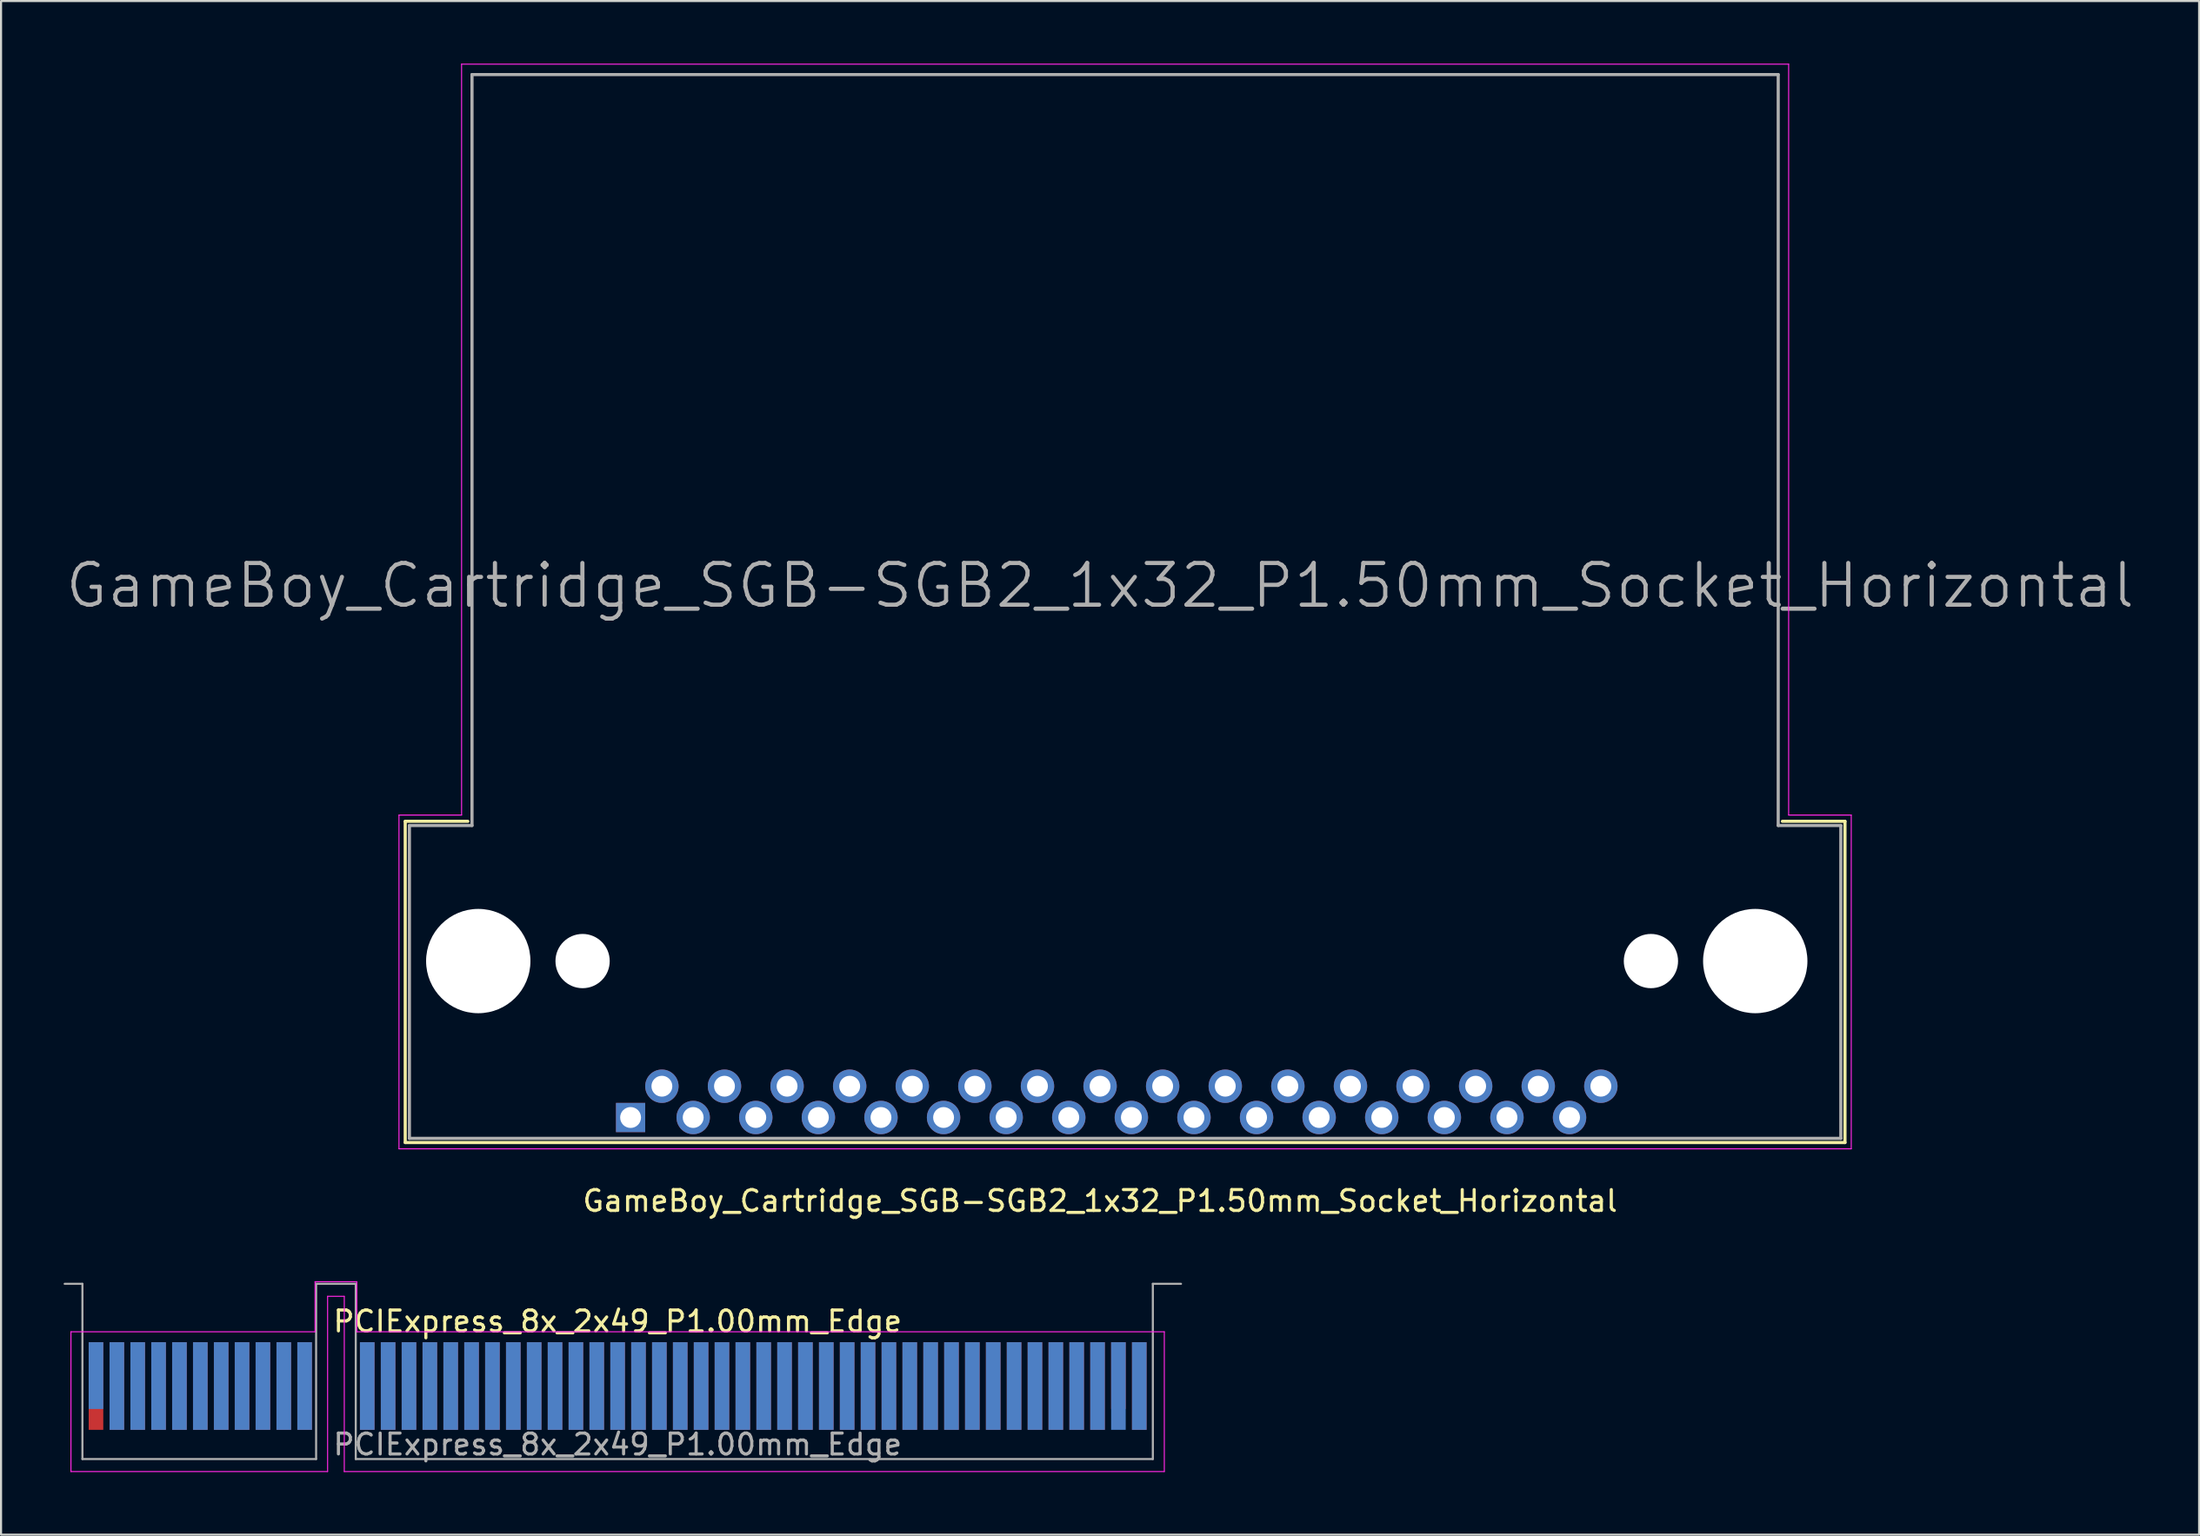
<source format=kicad_pcb>
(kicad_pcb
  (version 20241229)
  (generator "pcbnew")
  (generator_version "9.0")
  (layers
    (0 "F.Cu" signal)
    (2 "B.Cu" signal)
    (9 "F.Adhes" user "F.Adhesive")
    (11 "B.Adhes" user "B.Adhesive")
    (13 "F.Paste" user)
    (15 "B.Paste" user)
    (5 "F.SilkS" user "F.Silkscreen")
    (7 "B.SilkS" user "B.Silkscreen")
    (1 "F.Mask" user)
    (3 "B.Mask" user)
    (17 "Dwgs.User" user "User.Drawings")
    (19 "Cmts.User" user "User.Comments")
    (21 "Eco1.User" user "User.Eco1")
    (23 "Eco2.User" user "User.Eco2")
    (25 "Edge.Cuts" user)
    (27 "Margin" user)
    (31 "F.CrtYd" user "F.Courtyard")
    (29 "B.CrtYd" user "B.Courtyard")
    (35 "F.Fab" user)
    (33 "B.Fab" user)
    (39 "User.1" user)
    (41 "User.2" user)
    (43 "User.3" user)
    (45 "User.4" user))
  (footprint "GameBoy_Cartridge_SGB-SGB2_1x32_P1.50mm_Socket_Horizontal"
    (layer "F.Cu")
    (at 27.171 50.525)
    (property "Reference" "GameBoy_Cartridge_SGB-SGB2_1x32_P1.50mm_Socket_Horizontal" (at 22.5 4 0) (layer "F.SilkS") (effects (font (size 1 1) (thickness 0.15))))
    (attr through_hole)
    (fp_line (start -10.8 -14.2) (end -7.8 -14.2) (stroke (width 0.15) (type solid)) (layer "F.SilkS"))
    (fp_line (start -10.8 1.2) (end -10.8 -14.2) (stroke (width 0.15) (type solid)) (layer "F.SilkS"))
    (fp_line (start 55.2 -14.2) (end 58.2 -14.2) (stroke (width 0.15) (type solid)) (layer "F.SilkS"))
    (fp_line (start 58.2 -14.2) (end 58.2 1.2) (stroke (width 0.15) (type solid)) (layer "F.SilkS"))
    (fp_line (start 58.2 1.2) (end -10.8 1.2) (stroke (width 0.15) (type solid)) (layer "F.SilkS"))
    (fp_line (start -11.1 -14.5) (end -8.1 -14.5) (stroke (width 0.05) (type solid)) (layer "F.CrtYd"))
    (fp_line (start -11.1 1.5) (end -11.1 -14.5) (stroke (width 0.05) (type solid)) (layer "F.CrtYd"))
    (fp_line (start -8.1 -50.5) (end 55.5 -50.5) (stroke (width 0.05) (type solid)) (layer "F.CrtYd"))
    (fp_line (start -8.1 -14.5) (end -8.1 -50.5) (stroke (width 0.05) (type solid)) (layer "F.CrtYd"))
    (fp_line (start 55.5 -50.5) (end 55.5 -14.5) (stroke (width 0.05) (type solid)) (layer "F.CrtYd"))
    (fp_line (start 55.5 -14.5) (end 58.5 -14.5) (stroke (width 0.05) (type solid)) (layer "F.CrtYd"))
    (fp_line (start 58.5 -14.5) (end 58.5 1.5) (stroke (width 0.05) (type solid)) (layer "F.CrtYd"))
    (fp_line (start 58.5 1.5) (end -11.1 1.5) (stroke (width 0.05) (type solid)) (layer "F.CrtYd"))
    (fp_line (start -10.6 -14) (end -7.6 -14) (stroke (width 0.15) (type solid)) (layer "F.Fab"))
    (fp_line (start -10.6 1) (end -10.6 -14) (stroke (width 0.15) (type solid)) (layer "F.Fab"))
    (fp_line (start -10.6 1) (end 58 1) (stroke (width 0.15) (type solid)) (layer "F.Fab"))
    (fp_line (start -7.6 -50) (end 55 -50) (stroke (width 0.15) (type solid)) (layer "F.Fab"))
    (fp_line (start -7.6 -14) (end -7.6 -50) (stroke (width 0.15) (type solid)) (layer "F.Fab"))
    (fp_line (start 55 -14) (end 55 -50) (stroke (width 0.15) (type solid)) (layer "F.Fab"))
    (fp_line (start 55 -14) (end 58 -14) (stroke (width 0.15) (type solid)) (layer "F.Fab"))
    (fp_line (start 58 1) (end 58 -14) (stroke (width 0.15) (type solid)) (layer "F.Fab"))
    (fp_text user "${REFERENCE}" (at 22.5 -25.5 0) (layer "F.Fab") (effects (font (size 2 2) (thickness 0.2))))
    (pad "" np_thru_hole circle (at -7.3 -7.5) (size 5 5) (drill 5) (layers "*.Cu" "*.Mask"))
    (pad "" np_thru_hole circle (at -2.3 -7.5) (size 2.6 2.6) (drill 2.6) (layers "*.Cu" "*.Mask"))
    (pad "" np_thru_hole circle (at 48.9 -7.5) (size 2.6 2.6) (drill 2.6) (layers "*.Cu" "*.Mask"))
    (pad "" np_thru_hole circle (at 53.9 -7.5) (size 5 5) (drill 5) (layers "*.Cu" "*.Mask"))
    (pad "1" thru_hole rect (at 0 0) (size 1.4 1.4) (drill 1) (layers "*.Cu" "*.Mask"))
    (pad "2" thru_hole circle (at 1.5 -1.5) (size 1.6 1.6) (drill 1) (layers "*.Cu" "*.Mask"))
    (pad "3" thru_hole circle (at 3 0) (size 1.6 1.6) (drill 1) (layers "*.Cu" "*.Mask"))
    (pad "4" thru_hole circle (at 4.5 -1.5) (size 1.6 1.6) (drill 1) (layers "*.Cu" "*.Mask"))
    (pad "5" thru_hole circle (at 6 0) (size 1.6 1.6) (drill 1) (layers "*.Cu" "*.Mask"))
    (pad "6" thru_hole circle (at 7.5 -1.5) (size 1.6 1.6) (drill 1) (layers "*.Cu" "*.Mask"))
    (pad "7" thru_hole circle (at 9 0) (size 1.6 1.6) (drill 1) (layers "*.Cu" "*.Mask"))
    (pad "8" thru_hole circle (at 10.5 -1.5) (size 1.6 1.6) (drill 1) (layers "*.Cu" "*.Mask"))
    (pad "9" thru_hole circle (at 12 0) (size 1.6 1.6) (drill 1) (layers "*.Cu" "*.Mask"))
    (pad "10" thru_hole circle (at 13.5 -1.5) (size 1.6 1.6) (drill 1) (layers "*.Cu" "*.Mask"))
    (pad "11" thru_hole circle (at 15 0) (size 1.6 1.6) (drill 1) (layers "*.Cu" "*.Mask"))
    (pad "12" thru_hole circle (at 16.5 -1.5) (size 1.6 1.6) (drill 1) (layers "*.Cu" "*.Mask"))
    (pad "13" thru_hole circle (at 18 0) (size 1.6 1.6) (drill 1) (layers "*.Cu" "*.Mask"))
    (pad "14" thru_hole circle (at 19.5 -1.5) (size 1.6 1.6) (drill 1) (layers "*.Cu" "*.Mask"))
    (pad "15" thru_hole circle (at 21 0) (size 1.6 1.6) (drill 1) (layers "*.Cu" "*.Mask"))
    (pad "16" thru_hole circle (at 22.5 -1.5) (size 1.6 1.6) (drill 1) (layers "*.Cu" "*.Mask"))
    (pad "17" thru_hole circle (at 24 0) (size 1.6 1.6) (drill 1) (layers "*.Cu" "*.Mask"))
    (pad "18" thru_hole circle (at 25.5 -1.5) (size 1.6 1.6) (drill 1) (layers "*.Cu" "*.Mask"))
    (pad "19" thru_hole circle (at 27 0) (size 1.6 1.6) (drill 1) (layers "*.Cu" "*.Mask"))
    (pad "20" thru_hole circle (at 28.5 -1.5) (size 1.6 1.6) (drill 1) (layers "*.Cu" "*.Mask"))
    (pad "21" thru_hole circle (at 30 0) (size 1.6 1.6) (drill 1) (layers "*.Cu" "*.Mask"))
    (pad "22" thru_hole circle (at 31.5 -1.5) (size 1.6 1.6) (drill 1) (layers "*.Cu" "*.Mask"))
    (pad "23" thru_hole circle (at 33 0) (size 1.6 1.6) (drill 1) (layers "*.Cu" "*.Mask"))
    (pad "24" thru_hole circle (at 34.5 -1.5) (size 1.6 1.6) (drill 1) (layers "*.Cu" "*.Mask"))
    (pad "25" thru_hole circle (at 36 0) (size 1.6 1.6) (drill 1) (layers "*.Cu" "*.Mask"))
    (pad "26" thru_hole circle (at 37.5 -1.5) (size 1.6 1.6) (drill 1) (layers "*.Cu" "*.Mask"))
    (pad "27" thru_hole circle (at 39 0) (size 1.6 1.6) (drill 1) (layers "*.Cu" "*.Mask"))
    (pad "28" thru_hole circle (at 40.5 -1.5) (size 1.6 1.6) (drill 1) (layers "*.Cu" "*.Mask"))
    (pad "29" thru_hole circle (at 42 0) (size 1.6 1.6) (drill 1) (layers "*.Cu" "*.Mask"))
    (pad "30" thru_hole circle (at 43.5 -1.5) (size 1.6 1.6) (drill 1) (layers "*.Cu" "*.Mask"))
    (pad "31" thru_hole circle (at 45 0) (size 1.6 1.6) (drill 1) (layers "*.Cu" "*.Mask"))
    (pad "32" thru_hole circle (at 46.5 -1.5) (size 1.6 1.6) (drill 1) (layers "*.Cu" "*.Mask")))
  (footprint "PCIExpress_8x_2x49_P1.00mm_Edge"
    (layer "F.Cu")
    (at 26.55 63.398)
    (property "Reference" "PCIExpress_8x_2x49_P1.00mm_Edge" (at 0 -3.1 0) (layer "F.SilkS") (effects (font (size 1 1) (thickness 0.15))))
    (attr exclude_from_pos_files exclude_from_bom)
    (fp_line (start -26.2 -2.6) (end -26.2 4.1) (stroke (width 0.05) (type solid)) (layer "F.CrtYd"))
    (fp_line (start -26.2 4.1) (end -13.9 4.1) (stroke (width 0.05) (type solid)) (layer "F.CrtYd"))
    (fp_line (start -14.5 -5) (end -14.5 -2.6) (stroke (width 0.05) (type solid)) (layer "F.CrtYd"))
    (fp_line (start -14.5 -2.6) (end -26.2 -2.6) (stroke (width 0.05) (type solid)) (layer "F.CrtYd"))
    (fp_line (start -13.9 -4.3) (end -13.1 -4.3) (stroke (width 0.05) (type solid)) (layer "F.CrtYd"))
    (fp_line (start -13.9 4.1) (end -13.9 -4.3) (stroke (width 0.05) (type solid)) (layer "F.CrtYd"))
    (fp_line (start -13.1 -4.3) (end -13.1 4.1) (stroke (width 0.05) (type solid)) (layer "F.CrtYd"))
    (fp_line (start -13.1 4.1) (end 26.2 4.1) (stroke (width 0.05) (type solid)) (layer "F.CrtYd"))
    (fp_line (start -12.5 -5) (end -14.5 -5) (stroke (width 0.05) (type solid)) (layer "F.CrtYd"))
    (fp_line (start -12.5 -2.6) (end -12.5 -5) (stroke (width 0.05) (type solid)) (layer "F.CrtYd"))
    (fp_line (start 26.2 -2.6) (end -12.5 -2.6) (stroke (width 0.05) (type solid)) (layer "F.CrtYd"))
    (fp_line (start 26.2 4.1) (end 26.2 -2.6) (stroke (width 0.05) (type solid)) (layer "F.CrtYd"))
    (fp_line (start -25.65 -4.9) (end -26.5 -4.9) (stroke (width 0.1) (type solid)) (layer "F.Fab"))
    (fp_line (start -25.65 -4.9) (end -25.65 3.5) (stroke (width 0.1) (type solid)) (layer "F.Fab"))
    (fp_line (start -25.65 3.5) (end -14.45 3.5) (stroke (width 0.1) (type solid)) (layer "F.Fab"))
    (fp_line (start -14.45 -4.9) (end -14.45 3.5) (stroke (width 0.1) (type solid)) (layer "F.Fab"))
    (fp_line (start -14.45 -4.9) (end -12.55 -4.9) (stroke (width 0.1) (type solid)) (layer "F.Fab"))
    (fp_line (start -12.55 -4.9) (end -12.55 3.5) (stroke (width 0.1) (type solid)) (layer "F.Fab"))
    (fp_line (start -12.55 3.5) (end 25.65 3.5) (stroke (width 0.1) (type solid)) (layer "F.Fab"))
    (fp_line (start 25.65 -4.9) (end 25.65 3.5) (stroke (width 0.1) (type solid)) (layer "F.Fab"))
    (fp_line (start 25.65 -4.9) (end 27 -4.9) (stroke (width 0.1) (type solid)) (layer "F.Fab"))
    (fp_text user "${REFERENCE}" (at 0 2.8 0) (layer "F.Fab") (effects (font (size 1 1) (thickness 0.15))))
    (pad "A1" connect rect (at -25 -0.5) (size 0.7 3.2) (layers "B.Cu" "B.Mask"))
    (pad "A2" connect rect (at -24 0) (size 0.7 4.2) (layers "B.Cu" "B.Mask"))
    (pad "A3" connect rect (at -23 0) (size 0.7 4.2) (layers "B.Cu" "B.Mask"))
    (pad "A4" connect rect (at -22 0) (size 0.7 4.2) (layers "B.Cu" "B.Mask"))
    (pad "A5" connect rect (at -21 0) (size 0.7 4.2) (layers "B.Cu" "B.Mask"))
    (pad "A6" connect rect (at -20 0) (size 0.7 4.2) (layers "B.Cu" "B.Mask"))
    (pad "A7" connect rect (at -19 0) (size 0.7 4.2) (layers "B.Cu" "B.Mask"))
    (pad "A8" connect rect (at -18 0) (size 0.7 4.2) (layers "B.Cu" "B.Mask"))
    (pad "A9" connect rect (at -17 0) (size 0.7 4.2) (layers "B.Cu" "B.Mask"))
    (pad "A10" connect rect (at -16 0) (size 0.7 4.2) (layers "B.Cu" "B.Mask"))
    (pad "A11" connect rect (at -15 0) (size 0.7 4.2) (layers "B.Cu" "B.Mask"))
    (pad "A12" connect rect (at -12 0) (size 0.7 4.2) (layers "B.Cu" "B.Mask"))
    (pad "A13" connect rect (at -11 0) (size 0.7 4.2) (layers "B.Cu" "B.Mask"))
    (pad "A14" connect rect (at -10 0) (size 0.7 4.2) (layers "B.Cu" "B.Mask"))
    (pad "A15" connect rect (at -9 0) (size 0.7 4.2) (layers "B.Cu" "B.Mask"))
    (pad "A16" connect rect (at -8 0) (size 0.7 4.2) (layers "B.Cu" "B.Mask"))
    (pad "A17" connect rect (at -7 0) (size 0.7 4.2) (layers "B.Cu" "B.Mask"))
    (pad "A18" connect rect (at -6 0) (size 0.7 4.2) (layers "B.Cu" "B.Mask"))
    (pad "A19" connect rect (at -5 0) (size 0.7 4.2) (layers "B.Cu" "B.Mask"))
    (pad "A20" connect rect (at -4 0) (size 0.7 4.2) (layers "B.Cu" "B.Mask"))
    (pad "A21" connect rect (at -3 0) (size 0.7 4.2) (layers "B.Cu" "B.Mask"))
    (pad "A22" connect rect (at -2 0) (size 0.7 4.2) (layers "B.Cu" "B.Mask"))
    (pad "A23" connect rect (at -1 0) (size 0.7 4.2) (layers "B.Cu" "B.Mask"))
    (pad "A24" connect rect (at 0 0) (size 0.7 4.2) (layers "B.Cu" "B.Mask"))
    (pad "A25" connect rect (at 1 0) (size 0.7 4.2) (layers "B.Cu" "B.Mask"))
    (pad "A26" connect rect (at 2 0) (size 0.7 4.2) (layers "B.Cu" "B.Mask"))
    (pad "A27" connect rect (at 3 0) (size 0.7 4.2) (layers "B.Cu" "B.Mask"))
    (pad "A28" connect rect (at 4 0) (size 0.7 4.2) (layers "B.Cu" "B.Mask"))
    (pad "A29" connect rect (at 5 0) (size 0.7 4.2) (layers "B.Cu" "B.Mask"))
    (pad "A30" connect rect (at 6 0) (size 0.7 4.2) (layers "B.Cu" "B.Mask"))
    (pad "A31" connect rect (at 7 0) (size 0.7 4.2) (layers "B.Cu" "B.Mask"))
    (pad "A32" connect rect (at 8 0) (size 0.7 4.2) (layers "B.Cu" "B.Mask"))
    (pad "A33" connect rect (at 9 0) (size 0.7 4.2) (layers "B.Cu" "B.Mask"))
    (pad "A34" connect rect (at 10 0) (size 0.7 4.2) (layers "B.Cu" "B.Mask"))
    (pad "A35" connect rect (at 11 0) (size 0.7 4.2) (layers "B.Cu" "B.Mask"))
    (pad "A36" connect rect (at 12 0) (size 0.7 4.2) (layers "B.Cu" "B.Mask"))
    (pad "A37" connect rect (at 13 0) (size 0.7 4.2) (layers "B.Cu" "B.Mask"))
    (pad "A38" connect rect (at 14 0) (size 0.7 4.2) (layers "B.Cu" "B.Mask"))
    (pad "A39" connect rect (at 15 0) (size 0.7 4.2) (layers "B.Cu" "B.Mask"))
    (pad "A40" connect rect (at 16 0) (size 0.7 4.2) (layers "B.Cu" "B.Mask"))
    (pad "A41" connect rect (at 17 0) (size 0.7 4.2) (layers "B.Cu" "B.Mask"))
    (pad "A42" connect rect (at 18 0) (size 0.7 4.2) (layers "B.Cu" "B.Mask"))
    (pad "A43" connect rect (at 19 0) (size 0.7 4.2) (layers "B.Cu" "B.Mask"))
    (pad "A44" connect rect (at 20 0) (size 0.7 4.2) (layers "B.Cu" "B.Mask"))
    (pad "A45" connect rect (at 21 0) (size 0.7 4.2) (layers "B.Cu" "B.Mask"))
    (pad "A46" connect rect (at 22 0) (size 0.7 4.2) (layers "B.Cu" "B.Mask"))
    (pad "A47" connect rect (at 23 0) (size 0.7 4.2) (layers "B.Cu" "B.Mask"))
    (pad "A48" connect rect (at 24 0) (size 0.7 4.2) (layers "B.Cu" "B.Mask"))
    (pad "A49" connect rect (at 25 0) (size 0.7 4.2) (layers "B.Cu" "B.Mask"))
    (pad "B1" connect rect (at -25 0) (size 0.7 4.2) (layers "F.Cu" "F.Mask"))
    (pad "B2" connect rect (at -24 0) (size 0.7 4.2) (layers "F.Cu" "F.Mask"))
    (pad "B3" connect rect (at -23 0) (size 0.7 4.2) (layers "F.Cu" "F.Mask"))
    (pad "B4" connect rect (at -22 0) (size 0.7 4.2) (layers "F.Cu" "F.Mask"))
    (pad "B5" connect rect (at -21 0) (size 0.7 4.2) (layers "F.Cu" "F.Mask"))
    (pad "B6" connect rect (at -20 0) (size 0.7 4.2) (layers "F.Cu" "F.Mask"))
    (pad "B7" connect rect (at -19 0) (size 0.7 4.2) (layers "F.Cu" "F.Mask"))
    (pad "B8" connect rect (at -18 0) (size 0.7 4.2) (layers "F.Cu" "F.Mask"))
    (pad "B9" connect rect (at -17 0) (size 0.7 4.2) (layers "F.Cu" "F.Mask"))
    (pad "B10" connect rect (at -16 0) (size 0.7 4.2) (layers "F.Cu" "F.Mask"))
    (pad "B11" connect rect (at -15 0) (size 0.7 4.2) (layers "F.Cu" "F.Mask"))
    (pad "B12" connect rect (at -12 0) (size 0.7 4.2) (layers "F.Cu" "F.Mask"))
    (pad "B13" connect rect (at -11 0) (size 0.7 4.2) (layers "F.Cu" "F.Mask"))
    (pad "B14" connect rect (at -10 0) (size 0.7 4.2) (layers "F.Cu" "F.Mask"))
    (pad "B15" connect rect (at -9 0) (size 0.7 4.2) (layers "F.Cu" "F.Mask"))
    (pad "B16" connect rect (at -8 0) (size 0.7 4.2) (layers "F.Cu" "F.Mask"))
    (pad "B17" connect rect (at -7 0) (size 0.7 4.2) (layers "F.Cu" "F.Mask"))
    (pad "B18" connect rect (at -6 0) (size 0.7 4.2) (layers "F.Cu" "F.Mask"))
    (pad "B19" connect rect (at -5 0) (size 0.7 4.2) (layers "F.Cu" "F.Mask"))
    (pad "B20" connect rect (at -4 0) (size 0.7 4.2) (layers "F.Cu" "F.Mask"))
    (pad "B21" connect rect (at -3 0) (size 0.7 4.2) (layers "F.Cu" "F.Mask"))
    (pad "B22" connect rect (at -2 0) (size 0.7 4.2) (layers "F.Cu" "F.Mask"))
    (pad "B23" connect rect (at -1 0) (size 0.7 4.2) (layers "F.Cu" "F.Mask"))
    (pad "B24" connect rect (at 0 0) (size 0.7 4.2) (layers "F.Cu" "F.Mask"))
    (pad "B25" connect rect (at 1 0) (size 0.7 4.2) (layers "F.Cu" "F.Mask"))
    (pad "B26" connect rect (at 2 0) (size 0.7 4.2) (layers "F.Cu" "F.Mask"))
    (pad "B27" connect rect (at 3 0) (size 0.7 4.2) (layers "F.Cu" "F.Mask"))
    (pad "B28" connect rect (at 4 0) (size 0.7 4.2) (layers "F.Cu" "F.Mask"))
    (pad "B29" connect rect (at 5 0) (size 0.7 4.2) (layers "F.Cu" "F.Mask"))
    (pad "B30" connect rect (at 6 0) (size 0.7 4.2) (layers "F.Cu" "F.Mask"))
    (pad "B31" connect rect (at 7 0) (size 0.7 4.2) (layers "F.Cu" "F.Mask"))
    (pad "B32" connect rect (at 8 0) (size 0.7 4.2) (layers "F.Cu" "F.Mask"))
    (pad "B33" connect rect (at 9 0) (size 0.7 4.2) (layers "F.Cu" "F.Mask"))
    (pad "B34" connect rect (at 10 0) (size 0.7 4.2) (layers "F.Cu" "F.Mask"))
    (pad "B35" connect rect (at 11 0) (size 0.7 4.2) (layers "F.Cu" "F.Mask"))
    (pad "B36" connect rect (at 12 0) (size 0.7 4.2) (layers "F.Cu" "F.Mask"))
    (pad "B37" connect rect (at 13 0) (size 0.7 4.2) (layers "F.Cu" "F.Mask"))
    (pad "B38" connect rect (at 14 0) (size 0.7 4.2) (layers "F.Cu" "F.Mask"))
    (pad "B39" connect rect (at 15 0) (size 0.7 4.2) (layers "F.Cu" "F.Mask"))
    (pad "B40" connect rect (at 16 0) (size 0.7 4.2) (layers "F.Cu" "F.Mask"))
    (pad "B41" connect rect (at 17 0) (size 0.7 4.2) (layers "F.Cu" "F.Mask"))
    (pad "B42" connect rect (at 18 0) (size 0.7 4.2) (layers "F.Cu" "F.Mask"))
    (pad "B43" connect rect (at 19 0) (size 0.7 4.2) (layers "F.Cu" "F.Mask"))
    (pad "B44" connect rect (at 20 0) (size 0.7 4.2) (layers "F.Cu" "F.Mask"))
    (pad "B45" connect rect (at 21 0) (size 0.7 4.2) (layers "F.Cu" "F.Mask"))
    (pad "B46" connect rect (at 22 0) (size 0.7 4.2) (layers "F.Cu" "F.Mask"))
    (pad "B47" connect rect (at 23 0) (size 0.7 4.2) (layers "F.Cu" "F.Mask"))
    (pad "B48" connect rect (at 24 -0.5) (size 0.7 3.2) (layers "F.Cu" "F.Mask"))
    (pad "B49" connect rect (at 25 0) (size 0.7 4.2) (layers "F.Cu" "F.Mask")))
  (gr_rect
    (start -3 -3)
    (end 102.343 70.523)
    (stroke (width 0.1) (type default))
    (fill no)
    (layer "Edge.Cuts")))
</source>
